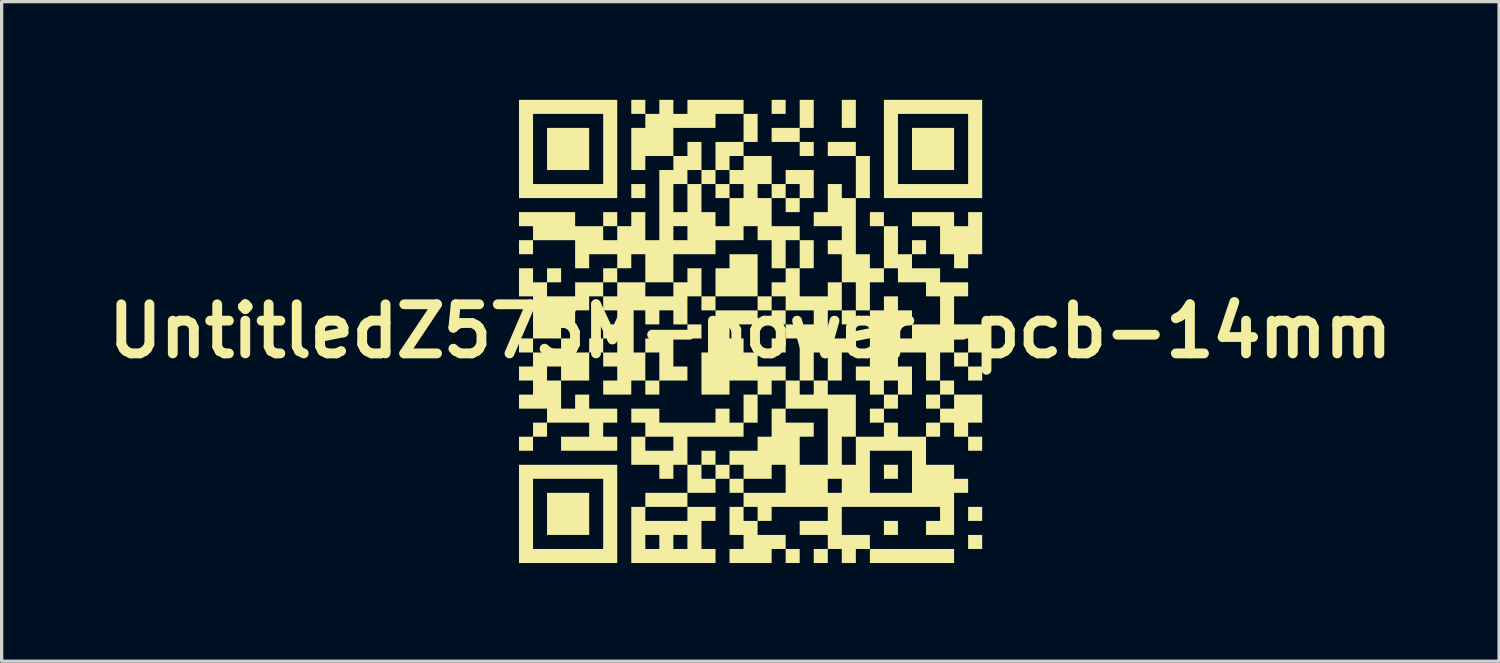
<source format=kicad_pcb>
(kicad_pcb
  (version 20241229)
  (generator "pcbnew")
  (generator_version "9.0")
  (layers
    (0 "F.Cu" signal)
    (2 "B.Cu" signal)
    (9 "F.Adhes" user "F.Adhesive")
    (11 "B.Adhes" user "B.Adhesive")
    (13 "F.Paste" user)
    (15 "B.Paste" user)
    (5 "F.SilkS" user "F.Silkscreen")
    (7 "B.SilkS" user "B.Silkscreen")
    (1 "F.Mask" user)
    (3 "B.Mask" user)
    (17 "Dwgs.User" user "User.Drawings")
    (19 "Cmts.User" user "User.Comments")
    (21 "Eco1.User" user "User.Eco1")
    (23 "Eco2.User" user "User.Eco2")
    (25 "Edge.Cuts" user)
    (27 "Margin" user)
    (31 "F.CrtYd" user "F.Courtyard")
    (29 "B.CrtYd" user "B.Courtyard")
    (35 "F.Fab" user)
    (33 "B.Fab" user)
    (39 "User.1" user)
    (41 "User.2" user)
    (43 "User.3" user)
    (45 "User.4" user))
  (footprint "UntitledZ573M-power-pcb-14mm"
    (layer "F.Cu")
    (at 19.871 7.067)
    (property "Reference" "UntitledZ573M-power-pcb-14mm" (at 0 0 0) (layer "F.SilkS") (effects (font (size 1.5 1.5) (thickness 0.3))))
    (attr board_only exclude_from_pos_files exclude_from_bom)
    (fp_poly (pts (xy -4.923 -5.566) (xy -4.923 -4.923) (xy -5.566 -4.923) (xy -6.21 -4.923) (xy -6.21 -5.566) (xy -6.21 -6.21) (xy -5.566 -6.21) (xy -4.923 -6.21)) (stroke (width 0) (type solid)) (fill yes) (layer "F.SilkS"))
    (fp_poly (pts (xy -4.923 5.581) (xy -4.923 6.224) (xy -5.566 6.224) (xy -6.21 6.224) (xy -6.21 5.581) (xy -6.21 4.938) (xy -5.566 4.938) (xy -4.923 4.938)) (stroke (width 0) (type solid)) (fill yes) (layer "F.SilkS"))
    (fp_poly (pts (xy -3.208 -4.28) (xy -3.208 -4.066) (xy -3.423 -4.066) (xy -3.637 -4.066) (xy -3.637 -4.28) (xy -3.637 -4.495) (xy -3.423 -4.495) (xy -3.208 -4.495)) (stroke (width 0) (type solid)) (fill yes) (layer "F.SilkS"))
    (fp_poly (pts (xy -1.493 0.007) (xy -1.493 0.222) (xy -1.708 0.222) (xy -1.922 0.222) (xy -1.922 0.007) (xy -1.922 -0.207) (xy -1.708 -0.207) (xy -1.493 -0.207)) (stroke (width 0) (type solid)) (fill yes) (layer "F.SilkS"))
    (fp_poly (pts (xy -1.064 -4.709) (xy -1.064 -4.495) (xy -1.279 -4.495) (xy -1.493 -4.495) (xy -1.493 -4.709) (xy -1.493 -4.923) (xy -1.279 -4.923) (xy -1.064 -4.923)) (stroke (width 0) (type solid)) (fill yes) (layer "F.SilkS"))
    (fp_poly (pts (xy -1.064 -0.85) (xy -1.064 -0.636) (xy -1.279 -0.636) (xy -1.493 -0.636) (xy -1.493 -0.85) (xy -1.493 -1.064) (xy -1.279 -1.064) (xy -1.064 -1.064)) (stroke (width 0) (type solid)) (fill yes) (layer "F.SilkS"))
    (fp_poly (pts (xy -1.064 3.866) (xy -1.064 4.081) (xy -1.279 4.081) (xy -1.493 4.081) (xy -1.493 3.866) (xy -1.493 3.652) (xy -1.279 3.652) (xy -1.064 3.652)) (stroke (width 0) (type solid)) (fill yes) (layer "F.SilkS"))
    (fp_poly (pts (xy -0.636 -4.28) (xy -0.636 -4.066) (xy -0.85 -4.066) (xy -1.064 -4.066) (xy -1.064 -4.28) (xy -1.064 -4.495) (xy -0.85 -4.495) (xy -0.636 -4.495)) (stroke (width 0) (type solid)) (fill yes) (layer "F.SilkS"))
    (fp_poly (pts (xy 0.651 -0.85) (xy 0.651 -0.636) (xy 0.436 -0.636) (xy 0.222 -0.636) (xy 0.222 -0.85) (xy 0.222 -1.064) (xy 0.436 -1.064) (xy 0.651 -1.064)) (stroke (width 0) (type solid)) (fill yes) (layer "F.SilkS"))
    (fp_poly (pts (xy 1.079 -6.853) (xy 1.079 -6.638) (xy 0.865 -6.638) (xy 0.651 -6.638) (xy 0.651 -6.853) (xy 0.651 -7.067) (xy 0.865 -7.067) (xy 1.079 -7.067)) (stroke (width 0) (type solid)) (fill yes) (layer "F.SilkS"))
    (fp_poly (pts (xy 1.079 -0.421) (xy 1.079 -0.207) (xy 0.865 -0.207) (xy 0.651 -0.207) (xy 0.651 -0.421) (xy 0.651 -0.636) (xy 0.865 -0.636) (xy 1.079 -0.636)) (stroke (width 0) (type solid)) (fill yes) (layer "F.SilkS"))
    (fp_poly (pts (xy 1.079 0.436) (xy 1.079 0.651) (xy 0.865 0.651) (xy 0.651 0.651) (xy 0.651 0.436) (xy 0.651 0.222) (xy 0.865 0.222) (xy 1.079 0.222)) (stroke (width 0) (type solid)) (fill yes) (layer "F.SilkS"))
    (fp_poly (pts (xy 1.508 6.867) (xy 1.508 7.082) (xy 1.294 7.082) (xy 1.079 7.082) (xy 1.079 6.867) (xy 1.079 6.653) (xy 1.294 6.653) (xy 1.508 6.653)) (stroke (width 0) (type solid)) (fill yes) (layer "F.SilkS"))
    (fp_poly (pts (xy 1.937 -5.566) (xy 1.937 -5.352) (xy 1.722 -5.352) (xy 1.508 -5.352) (xy 1.508 -5.566) (xy 1.508 -5.781) (xy 1.722 -5.781) (xy 1.937 -5.781)) (stroke (width 0) (type solid)) (fill yes) (layer "F.SilkS"))
    (fp_poly (pts (xy 3.223 -6.638) (xy 3.223 -6.21) (xy 3.009 -6.21) (xy 2.794 -6.21) (xy 2.794 -6.638) (xy 2.794 -7.067) (xy 3.009 -7.067) (xy 3.223 -7.067)) (stroke (width 0) (type solid)) (fill yes) (layer "F.SilkS"))
    (fp_poly (pts (xy 3.223 -5.566) (xy 3.223 -5.352) (xy 2.794 -5.352) (xy 2.366 -5.352) (xy 2.366 -5.566) (xy 2.366 -5.781) (xy 2.794 -5.781) (xy 3.223 -5.781)) (stroke (width 0) (type solid)) (fill yes) (layer "F.SilkS"))
    (fp_poly (pts (xy 3.223 -0.421) (xy 3.223 -0.207) (xy 3.009 -0.207) (xy 2.794 -0.207) (xy 2.794 -0.421) (xy 2.794 -0.636) (xy 3.009 -0.636) (xy 3.223 -0.636)) (stroke (width 0) (type solid)) (fill yes) (layer "F.SilkS"))
    (fp_poly (pts (xy 4.081 -3.423) (xy 4.081 -3.208) (xy 3.866 -3.208) (xy 3.652 -3.208) (xy 3.652 -3.423) (xy 3.652 -3.637) (xy 3.866 -3.637) (xy 4.081 -3.637)) (stroke (width 0) (type solid)) (fill yes) (layer "F.SilkS"))
    (fp_poly (pts (xy 4.509 4.295) (xy 4.509 4.509) (xy 4.295 4.509) (xy 4.081 4.509) (xy 4.081 4.295) (xy 4.081 4.081) (xy 4.295 4.081) (xy 4.509 4.081)) (stroke (width 0) (type solid)) (fill yes) (layer "F.SilkS"))
    (fp_poly (pts (xy 4.509 6.01) (xy 4.509 6.224) (xy 4.295 6.224) (xy 4.081 6.224) (xy 4.081 6.01) (xy 4.081 5.796) (xy 4.295 5.796) (xy 4.509 5.796)) (stroke (width 0) (type solid)) (fill yes) (layer "F.SilkS"))
    (fp_poly (pts (xy 5.796 2.151) (xy 5.796 2.366) (xy 5.581 2.366) (xy 5.367 2.366) (xy 5.367 2.151) (xy 5.367 1.937) (xy 5.581 1.937) (xy 5.796 1.937)) (stroke (width 0) (type solid)) (fill yes) (layer "F.SilkS"))
    (fp_poly (pts (xy 6.224 -5.566) (xy 6.224 -4.923) (xy 5.581 -4.923) (xy 4.938 -4.923) (xy 4.938 -5.566) (xy 4.938 -6.21) (xy 5.581 -6.21) (xy 6.224 -6.21)) (stroke (width 0) (type solid)) (fill yes) (layer "F.SilkS"))
    (fp_poly (pts (xy 6.224 1.722) (xy 6.224 1.937) (xy 6.01 1.937) (xy 5.796 1.937) (xy 5.796 1.722) (xy 5.796 1.508) (xy 6.01 1.508) (xy 6.224 1.508)) (stroke (width 0) (type solid)) (fill yes) (layer "F.SilkS"))
    (fp_poly (pts (xy 6.224 6.867) (xy 6.224 7.082) (xy 4.938 7.082) (xy 3.652 7.082) (xy 3.652 6.867) (xy 3.652 6.653) (xy 4.938 6.653) (xy 6.224 6.653)) (stroke (width 0) (type solid)) (fill yes) (layer "F.SilkS"))
    (fp_poly (pts (xy 7.082 1.294) (xy 7.082 1.508) (xy 6.867 1.508) (xy 6.653 1.508) (xy 6.653 1.294) (xy 6.653 1.079) (xy 6.867 1.079) (xy 7.082 1.079)) (stroke (width 0) (type solid)) (fill yes) (layer "F.SilkS"))
    (fp_poly (pts (xy 7.082 3.437) (xy 7.082 3.652) (xy 6.867 3.652) (xy 6.653 3.652) (xy 6.653 3.437) (xy 6.653 3.223) (xy 6.867 3.223) (xy 7.082 3.223)) (stroke (width 0) (type solid)) (fill yes) (layer "F.SilkS"))
    (fp_poly (pts (xy 7.082 5.581) (xy 7.082 5.796) (xy 6.867 5.796) (xy 6.653 5.796) (xy 6.653 5.581) (xy 6.653 5.367) (xy 6.867 5.367) (xy 7.082 5.367)) (stroke (width 0) (type solid)) (fill yes) (layer "F.SilkS"))
    (fp_poly (pts (xy 7.082 6.439) (xy 7.082 6.653) (xy 6.867 6.653) (xy 6.653 6.653) (xy 6.653 6.439) (xy 6.653 6.224) (xy 6.867 6.224) (xy 7.082 6.224)) (stroke (width 0) (type solid)) (fill yes) (layer "F.SilkS"))
    (fp_poly (pts (xy 0.222 -1.708) (xy 0.222 -1.064) (xy -0.421 -1.064) (xy -1.064 -1.064) (xy -1.064 -1.493) (xy -1.064 -1.922) (xy -0.85 -1.922) (xy -0.636 -1.922) (xy -0.636 -2.136) (xy -0.636 -2.351) (xy -0.207 -2.351) (xy 0.222 -2.351)) (stroke (width 0) (type solid)) (fill yes) (layer "F.SilkS"))
    (fp_poly (pts (xy 1.937 -6.638) (xy 1.937 -6.21) (xy 1.722 -6.21) (xy 1.508 -6.21) (xy 1.508 -5.995) (xy 1.508 -5.781) (xy 1.079 -5.781) (xy 0.651 -5.781) (xy 0.651 -5.995) (xy 0.651 -6.21) (xy 1.079 -6.21) (xy 1.508 -6.21) (xy 1.508 -6.638) (xy 1.508 -7.067) (xy 1.722 -7.067) (xy 1.937 -7.067)) (stroke (width 0) (type solid)) (fill yes) (layer "F.SilkS"))
    (fp_poly (pts (xy 4.509 2.151) (xy 4.509 2.366) (xy 4.295 2.366) (xy 4.081 2.366) (xy 4.081 2.58) (xy 4.081 2.794) (xy 3.866 2.794) (xy 3.652 2.794) (xy 3.652 2.58) (xy 3.652 2.366) (xy 3.866 2.366) (xy 4.081 2.366) (xy 4.081 2.151) (xy 4.081 1.937) (xy 4.295 1.937) (xy 4.509 1.937)) (stroke (width 0) (type solid)) (fill yes) (layer "F.SilkS"))
    (fp_poly (pts (xy -4.066 -5.566) (xy -4.066 -4.066) (xy -5.566 -4.066) (xy -7.067 -4.066) (xy -7.067 -5.566) (xy -7.067 -6.638) (xy -6.638 -6.638) (xy -6.638 -5.566) (xy -6.638 -4.495) (xy -5.566 -4.495) (xy -4.495 -4.495) (xy -4.495 -5.566) (xy -4.495 -6.638) (xy -5.566 -6.638) (xy -6.638 -6.638) (xy -7.067 -6.638) (xy -7.067 -7.067) (xy -5.566 -7.067) (xy -4.066 -7.067)) (stroke (width 0) (type solid)) (fill yes) (layer "F.SilkS"))
    (fp_poly (pts (xy -4.066 5.581) (xy -4.066 7.082) (xy -5.566 7.082) (xy -7.067 7.082) (xy -7.067 5.581) (xy -7.067 4.509) (xy -6.638 4.509) (xy -6.638 5.581) (xy -6.638 6.653) (xy -5.566 6.653) (xy -4.495 6.653) (xy -4.495 5.581) (xy -4.495 4.509) (xy -5.566 4.509) (xy -6.638 4.509) (xy -7.067 4.509) (xy -7.067 4.081) (xy -5.566 4.081) (xy -4.066 4.081)) (stroke (width 0) (type solid)) (fill yes) (layer "F.SilkS"))
    (fp_poly (pts (xy 7.082 -5.566) (xy 7.082 -4.066) (xy 5.581 -4.066) (xy 4.081 -4.066) (xy 4.081 -5.566) (xy 4.081 -6.638) (xy 4.509 -6.638) (xy 4.509 -5.566) (xy 4.509 -4.495) (xy 5.581 -4.495) (xy 6.653 -4.495) (xy 6.653 -5.566) (xy 6.653 -6.638) (xy 5.581 -6.638) (xy 4.509 -6.638) (xy 4.081 -6.638) (xy 4.081 -7.067) (xy 5.581 -7.067) (xy 7.082 -7.067)) (stroke (width 0) (type solid)) (fill yes) (layer "F.SilkS"))
    (fp_poly (pts (xy 0.007 -6.638) (xy 0.222 -6.638) (xy 0.222 -6.21) (xy 0.222 -5.781) (xy 0.007 -5.781) (xy -0.207 -5.781) (xy -0.207 -5.566) (xy -0.207 -5.352) (xy -0.421 -5.352) (xy -0.636 -5.352) (xy -0.636 -5.138) (xy -0.636 -4.923) (xy -0.85 -4.923) (xy -1.064 -4.923) (xy -1.064 -5.352) (xy -1.064 -5.781) (xy -0.636 -5.781) (xy -0.207 -5.781) (xy -0.207 -6.21) (xy -0.207 -6.638)) (stroke (width 0) (type solid)) (fill yes) (layer "F.SilkS"))
    (fp_poly (pts (xy 6.224 -3.423) (xy 6.224 -3.208) (xy 6.439 -3.208) (xy 6.653 -3.208) (xy 6.653 -3.423) (xy 6.653 -3.637) (xy 6.867 -3.637) (xy 7.082 -3.637) (xy 7.082 -2.994) (xy 7.082 -2.351) (xy 6.867 -2.351) (xy 6.653 -2.351) (xy 6.653 -2.136) (xy 6.653 -1.922) (xy 6.439 -1.922) (xy 6.224 -1.922) (xy 6.224 -2.136) (xy 6.224 -2.351) (xy 6.01 -2.351) (xy 5.796 -2.351) (xy 5.796 -2.78) (xy 5.796 -3.208) (xy 5.367 -3.208) (xy 4.938 -3.208) (xy 4.938 -3.423) (xy 4.938 -3.637) (xy 5.581 -3.637) (xy 6.224 -3.637)) (stroke (width 0) (type solid)) (fill yes) (layer "F.SilkS"))
    (fp_poly (pts (xy 0.222 -0.421) (xy 0.222 -0.207) (xy -0.207 -0.207) (xy -0.636 -0.207) (xy -0.636 0.007) (xy -0.636 0.222) (xy -0.421 0.222) (xy -0.207 0.222) (xy -0.207 0.436) (xy -0.207 0.651) (xy 0.007 0.651) (xy 0.222 0.651) (xy 0.222 0.865) (xy 0.222 1.079) (xy 0.651 1.079) (xy 1.079 1.079) (xy 1.079 1.294) (xy 1.079 1.508) (xy 0.865 1.508) (xy 0.651 1.508) (xy 0.651 1.722) (xy 0.651 1.937) (xy 0.436 1.937) (xy 0.222 1.937) (xy 0.222 2.366) (xy 0.222 2.794) (xy 0.007 2.794) (xy -0.207 2.794) (xy -0.207 3.009) (xy -0.207 3.223) (xy -1.064 3.223) (xy -1.922 3.223) (xy -1.922 3.652) (xy -1.922 4.081) (xy -2.136 4.081) (xy -2.351 4.081) (xy -2.351 4.295) (xy -2.351 4.509) (xy -2.565 4.509) (xy -2.78 4.509) (xy -2.78 4.295) (xy -2.78 4.081) (xy -3.208 4.081) (xy -3.637 4.081) (xy -3.637 3.652) (xy -3.637 3.223) (xy -3.423 3.223) (xy -3.208 3.223) (xy -3.208 3.437) (xy -3.208 3.652) (xy -2.78 3.652) (xy -2.351 3.652) (xy -2.351 3.437) (xy -2.351 3.223) (xy -2.78 3.223) (xy -3.208 3.223) (xy -3.208 3.009) (xy -3.208 2.794) (xy -3.423 2.794) (xy -3.637 2.794) (xy -3.637 2.58) (xy -3.637 2.366) (xy -3.208 2.366) (xy -2.78 2.366) (xy -2.78 2.58) (xy -2.78 2.794) (xy -1.922 2.794) (xy -1.064 2.794) (xy -1.064 2.58) (xy -1.064 2.366) (xy -0.85 2.366) (xy -0.636 2.366) (xy -0.636 2.58) (xy -0.636 2.794) (xy -0.421 2.794) (xy -0.207 2.794) (xy -0.207 2.366) (xy -0.207 1.937) (xy 0.007 1.937) (xy 0.222 1.937) (xy 0.222 1.722) (xy 0.222 1.508) (xy -0.207 1.508) (xy -0.636 1.508) (xy -0.636 1.722) (xy -0.636 1.937) (xy -1.064 1.937) (xy -1.493 1.937) (xy -1.493 1.294) (xy -1.493 0.651) (xy -1.279 0.651) (xy -1.064 0.651) (xy -1.064 0.007) (xy -1.064 -0.636) (xy -0.421 -0.636) (xy 0.222 -0.636)) (stroke (width 0) (type solid)) (fill yes) (layer "F.SilkS"))
    (fp_poly (pts (xy 3.652 -4.709) (xy 3.652 -4.066) (xy 3.437 -4.066) (xy 3.223 -4.066) (xy 3.223 -3.208) (xy 3.223 -2.351) (xy 3.437 -2.351) (xy 3.652 -2.351) (xy 3.652 -2.136) (xy 3.652 -1.922) (xy 3.866 -1.922) (xy 4.081 -1.922) (xy 4.081 -2.565) (xy 4.081 -3.208) (xy 4.295 -3.208) (xy 4.509 -3.208) (xy 4.509 -2.78) (xy 4.509 -2.351) (xy 4.724 -2.351) (xy 4.938 -2.351) (xy 4.938 -2.565) (xy 4.938 -2.78) (xy 5.152 -2.78) (xy 5.367 -2.78) (xy 5.367 -2.565) (xy 5.367 -2.351) (xy 5.152 -2.351) (xy 4.938 -2.351) (xy 4.938 -2.136) (xy 4.938 -1.922) (xy 5.367 -1.922) (xy 5.796 -1.922) (xy 5.796 -1.708) (xy 5.796 -1.493) (xy 6.224 -1.493) (xy 6.653 -1.493) (xy 6.653 -1.279) (xy 6.653 -1.064) (xy 6.439 -1.064) (xy 6.224 -1.064) (xy 6.224 -0.636) (xy 6.224 -0.207) (xy 6.653 -0.207) (xy 7.082 -0.207) (xy 7.082 0.222) (xy 7.082 0.651) (xy 6.867 0.651) (xy 6.653 0.651) (xy 6.653 0.865) (xy 6.653 1.079) (xy 6.439 1.079) (xy 6.224 1.079) (xy 6.224 0.865) (xy 6.224 0.651) (xy 6.01 0.651) (xy 5.796 0.651) (xy 5.796 1.079) (xy 5.796 1.508) (xy 5.581 1.508) (xy 5.367 1.508) (xy 5.367 1.079) (xy 5.367 0.651) (xy 4.938 0.651) (xy 4.509 0.651) (xy 4.509 0.865) (xy 4.509 1.079) (xy 4.724 1.079) (xy 4.938 1.079) (xy 4.938 1.508) (xy 4.938 1.937) (xy 4.724 1.937) (xy 4.509 1.937) (xy 4.509 1.722) (xy 4.509 1.508) (xy 4.295 1.508) (xy 4.081 1.508) (xy 4.081 1.722) (xy 4.081 1.937) (xy 3.866 1.937) (xy 3.652 1.937) (xy 3.652 1.722) (xy 3.652 1.508) (xy 3.437 1.508) (xy 3.223 1.508) (xy 3.223 1.294) (xy 3.223 1.079) (xy 3.437 1.079) (xy 3.652 1.079) (xy 3.652 0.222) (xy 3.652 -0.636) (xy 3.866 -0.636) (xy 4.081 -0.636) (xy 4.081 -0.85) (xy 4.081 -1.064) (xy 4.295 -1.064) (xy 4.509 -1.064) (xy 4.509 -0.85) (xy 4.509 -0.636) (xy 4.724 -0.636) (xy 4.938 -0.636) (xy 4.938 -0.421) (xy 4.938 -0.207) (xy 4.724 -0.207) (xy 4.509 -0.207) (xy 4.509 0.007) (xy 4.509 0.222) (xy 4.724 0.222) (xy 4.938 0.222) (xy 6.224 0.222) (xy 6.224 0.436) (xy 6.224 0.651) (xy 6.439 0.651) (xy 6.653 0.651) (xy 6.653 0.436) (xy 6.653 0.222) (xy 6.439 0.222) (xy 6.224 0.222) (xy 4.938 0.222) (xy 4.938 0.007) (xy 4.938 -0.207) (xy 5.367 -0.207) (xy 5.796 -0.207) (xy 5.796 -0.636) (xy 5.796 -1.064) (xy 5.581 -1.064) (xy 5.367 -1.064) (xy 5.367 -1.279) (xy 5.367 -1.493) (xy 4.938 -1.493) (xy 4.509 -1.493) (xy 4.509 -1.708) (xy 4.509 -1.922) (xy 4.295 -1.922) (xy 4.081 -1.922) (xy 4.081 -1.708) (xy 4.081 -1.493) (xy 3.866 -1.493) (xy 3.652 -1.493) (xy 3.652 -1.064) (xy 3.652 -0.636) (xy 3.437 -0.636) (xy 3.223 -0.636) (xy 3.223 -1.064) (xy 3.223 -1.493) (xy 3.009 -1.493) (xy 2.794 -1.493) (xy 2.794 -1.064) (xy 2.794 -0.636) (xy 2.58 -0.636) (xy 2.366 -0.636) (xy 2.366 -0.207) (xy 2.366 0.222) (xy 2.794 0.222) (xy 3.223 0.222) (xy 3.223 0.436) (xy 3.223 0.651) (xy 3.009 0.651) (xy 2.794 0.651) (xy 2.794 1.079) (xy 2.794 1.508) (xy 2.58 1.508) (xy 2.366 1.508) (xy 2.366 1.079) (xy 2.366 0.651) (xy 2.151 0.651) (xy 1.937 0.651) (xy 1.937 1.079) (xy 1.937 1.508) (xy 1.722 1.508) (xy 1.508 1.508) (xy 1.508 0.865) (xy 1.508 0.222) (xy 1.294 0.222) (xy 1.079 0.222) (xy 1.079 0.007) (xy 1.079 -0.207) (xy 1.508 -0.207) (xy 1.937 -0.207) (xy 1.937 -0.421) (xy 1.937 -0.636) (xy 1.508 -0.636) (xy 1.079 -0.636) (xy 1.079 -0.85) (xy 1.079 -1.064) (xy 0.865 -1.064) (xy 0.651 -1.064) (xy 0.651 -1.279) (xy 0.651 -1.493) (xy 0.865 -1.493) (xy 1.079 -1.493) (xy 1.079 -1.708) (xy 1.079 -1.922) (xy 1.294 -1.922) (xy 1.508 -1.922) (xy 1.508 -2.351) (xy 1.508 -2.78) (xy 1.722 -2.78) (xy 1.937 -2.78) (xy 1.937 -2.351) (xy 1.937 -1.922) (xy 1.722 -1.922) (xy 1.508 -1.922) (xy 1.508 -1.493) (xy 1.508 -1.064) (xy 1.937 -1.064) (xy 2.366 -1.064) (xy 2.366 -1.279) (xy 2.366 -1.493) (xy 2.58 -1.493) (xy 2.794 -1.493) (xy 2.794 -1.922) (xy 2.794 -2.351) (xy 2.58 -2.351) (xy 2.366 -2.351) (xy 2.366 -2.565) (xy 2.366 -2.78) (xy 2.58 -2.78) (xy 2.794 -2.78) (xy 2.794 -2.994) (xy 2.794 -3.208) (xy 2.366 -3.208) (xy 1.937 -3.208) (xy 1.937 -3.423) (xy 1.937 -3.637) (xy 2.151 -3.637) (xy 2.366 -3.637) (xy 2.366 -4.066) (xy 2.366 -4.495) (xy 2.58 -4.495) (xy 2.794 -4.495) (xy 2.794 -4.28) (xy 2.794 -4.066) (xy 3.009 -4.066) (xy 3.223 -4.066) (xy 3.223 -4.709) (xy 3.223 -5.352) (xy 3.437 -5.352) (xy 3.652 -5.352)) (stroke (width 0) (type solid)) (fill yes) (layer "F.SilkS"))
    (fp_poly (pts (xy 1.508 1.722) (xy 1.508 1.937) (xy 1.722 1.937) (xy 1.937 1.937) (xy 1.937 1.722) (xy 1.937 1.508) (xy 2.151 1.508) (xy 2.366 1.508) (xy 2.366 1.722) (xy 2.366 1.937) (xy 2.794 1.937) (xy 3.223 1.937) (xy 3.223 2.58) (xy 3.223 3.223) (xy 3.009 3.223) (xy 2.794 3.223) (xy 2.794 3.652) (xy 2.794 4.081) (xy 3.009 4.081) (xy 3.223 4.081) (xy 3.223 3.652) (xy 3.652 3.652) (xy 3.652 4.295) (xy 3.652 4.938) (xy 4.295 4.938) (xy 4.938 4.938) (xy 4.938 4.295) (xy 4.938 3.652) (xy 4.295 3.652) (xy 3.652 3.652) (xy 3.223 3.652) (xy 3.223 3.223) (xy 3.652 3.223) (xy 4.081 3.223) (xy 4.081 3.009) (xy 4.081 2.794) (xy 4.295 2.794) (xy 4.509 2.794) (xy 4.509 3.009) (xy 4.509 3.223) (xy 4.938 3.223) (xy 5.367 3.223) (xy 5.367 3.009) (xy 5.367 2.794) (xy 5.581 2.794) (xy 5.796 2.794) (xy 5.796 2.58) (xy 5.796 2.366) (xy 6.01 2.366) (xy 6.224 2.366) (xy 6.224 2.151) (xy 6.224 1.937) (xy 6.653 1.937) (xy 7.082 1.937) (xy 7.082 2.366) (xy 7.082 2.794) (xy 6.867 2.794) (xy 6.653 2.794) (xy 6.653 3.009) (xy 6.653 3.223) (xy 6.439 3.223) (xy 6.224 3.223) (xy 6.224 3.009) (xy 6.224 2.794) (xy 6.01 2.794) (xy 5.796 2.794) (xy 5.796 3.009) (xy 5.796 3.223) (xy 5.581 3.223) (xy 5.367 3.223) (xy 5.367 3.652) (xy 5.367 4.081) (xy 5.796 4.081) (xy 6.224 4.081) (xy 6.224 4.295) (xy 6.224 4.509) (xy 6.439 4.509) (xy 6.653 4.509) (xy 6.653 4.724) (xy 6.653 4.938) (xy 6.439 4.938) (xy 6.224 4.938) (xy 6.224 5.581) (xy 6.224 6.224) (xy 5.796 6.224) (xy 5.367 6.224) (xy 5.367 6.01) (xy 5.367 5.796) (xy 5.581 5.796) (xy 5.796 5.796) (xy 5.796 5.581) (xy 5.796 5.367) (xy 4.295 5.367) (xy 2.794 5.367) (xy 2.794 5.796) (xy 2.794 6.224) (xy 3.223 6.224) (xy 3.652 6.224) (xy 3.652 6.439) (xy 3.652 6.653) (xy 3.437 6.653) (xy 3.223 6.653) (xy 3.223 6.867) (xy 3.223 7.082) (xy 3.009 7.082) (xy 2.794 7.082) (xy 2.794 6.867) (xy 2.794 6.653) (xy 2.58 6.653) (xy 2.366 6.653) (xy 2.366 6.867) (xy 2.366 7.082) (xy 2.151 7.082) (xy 1.937 7.082) (xy 1.937 6.867) (xy 1.937 6.653) (xy 2.151 6.653) (xy 2.366 6.653) (xy 2.366 6.439) (xy 2.366 6.224) (xy 1.937 6.224) (xy 1.508 6.224) (xy 1.508 6.01) (xy 1.508 5.796) (xy 1.937 5.796) (xy 2.366 5.796) (xy 2.366 5.581) (xy 2.366 5.367) (xy 1.508 5.367) (xy 0.651 5.367) (xy 0.651 5.581) (xy 0.651 5.796) (xy 0.436 5.796) (xy 0.222 5.796) (xy 0.222 6.01) (xy 0.222 6.224) (xy 0.651 6.224) (xy 1.079 6.224) (xy 1.079 6.439) (xy 1.079 6.653) (xy 0.865 6.653) (xy 0.651 6.653) (xy 0.651 6.867) (xy 0.651 7.082) (xy 0.007 7.082) (xy -0.636 7.082) (xy -0.636 6.867) (xy -0.636 6.653) (xy -0.421 6.653) (xy -0.207 6.653) (xy -0.207 6.439) (xy -0.207 6.224) (xy -0.421 6.224) (xy -0.636 6.224) (xy -0.636 5.796) (xy -0.636 5.367) (xy -0.421 5.367) (xy -0.207 5.367) (xy -0.207 5.581) (xy -0.207 5.796) (xy 0.007 5.796) (xy 0.222 5.796) (xy 0.222 5.581) (xy 0.222 5.367) (xy 0.007 5.367) (xy -0.207 5.367) (xy -0.207 5.152) (xy -0.207 4.938) (xy -0.421 4.938) (xy -0.636 4.938) (xy -0.636 4.724) (xy -0.636 4.509) (xy -0.421 4.509) (xy -0.207 4.509) (xy -0.207 4.724) (xy -0.207 4.938) (xy 0.436 4.938) (xy 1.079 4.938) (xy 1.079 4.509) (xy 2.366 4.509) (xy 2.366 4.724) (xy 2.366 4.938) (xy 2.58 4.938) (xy 2.794 4.938) (xy 2.794 4.724) (xy 2.794 4.509) (xy 2.58 4.509) (xy 2.366 4.509) (xy 1.079 4.509) (xy 1.079 4.081) (xy 0.865 4.081) (xy 0.651 4.081) (xy 0.651 4.295) (xy 0.651 4.509) (xy 0.222 4.509) (xy -0.207 4.509) (xy -0.207 4.295) (xy -0.207 4.081) (xy -0.421 4.081) (xy -0.636 4.081) (xy -0.636 4.295) (xy -0.636 4.509) (xy -0.85 4.509) (xy -1.064 4.509) (xy -1.064 4.724) (xy -1.064 4.938) (xy -1.493 4.938) (xy -1.922 4.938) (xy -1.922 5.152) (xy -1.922 5.367) (xy -2.565 5.367) (xy -3.208 5.367) (xy -3.208 5.581) (xy -3.208 5.796) (xy -2.565 5.796) (xy -1.922 5.796) (xy -1.922 5.581) (xy -1.922 5.367) (xy -1.493 5.367) (xy -1.064 5.367) (xy -1.064 5.581) (xy -1.064 5.796) (xy -1.279 5.796) (xy -1.493 5.796) (xy -1.493 6.224) (xy -1.493 6.653) (xy -1.279 6.653) (xy -1.064 6.653) (xy -1.064 6.867) (xy -1.064 7.082) (xy -2.351 7.082) (xy -3.637 7.082) (xy -3.637 6.224) (xy -3.208 6.224) (xy -3.208 6.439) (xy -3.208 6.653) (xy -2.994 6.653) (xy -2.78 6.653) (xy -2.78 6.439) (xy -2.78 6.224) (xy -2.351 6.224) (xy -2.351 6.439) (xy -2.351 6.653) (xy -2.136 6.653) (xy -1.922 6.653) (xy -1.922 6.439) (xy -1.922 6.224) (xy -2.136 6.224) (xy -2.351 6.224) (xy -2.78 6.224) (xy -2.994 6.224) (xy -3.208 6.224) (xy -3.637 6.224) (xy -3.637 5.367) (xy -3.423 5.367) (xy -3.208 5.367) (xy -3.208 5.152) (xy -3.208 4.938) (xy -2.565 4.938) (xy -1.922 4.938) (xy -1.922 4.509) (xy -1.922 4.081) (xy -1.708 4.081) (xy -1.493 4.081) (xy -1.493 4.295) (xy -1.493 4.509) (xy -1.279 4.509) (xy -1.064 4.509) (xy -1.064 4.295) (xy -1.064 4.081) (xy -0.85 4.081) (xy -0.636 4.081) (xy -0.636 3.866) (xy -0.636 3.652) (xy -0.207 3.652) (xy 0.222 3.652) (xy 0.222 3.437) (xy 0.222 3.223) (xy 0.436 3.223) (xy 0.651 3.223) (xy 0.651 2.794) (xy 0.651 2.366) (xy 0.865 2.366) (xy 1.079 2.366) (xy 1.079 2.58) (xy 1.079 2.794) (xy 1.508 2.794) (xy 1.937 2.794) (xy 1.937 3.009) (xy 1.937 3.223) (xy 1.722 3.223) (xy 1.508 3.223) (xy 1.508 3.652) (xy 1.508 4.081) (xy 1.937 4.081) (xy 2.366 4.081) (xy 2.366 3.223) (xy 2.366 2.366) (xy 1.722 2.366) (xy 1.079 2.366) (xy 1.079 1.937) (xy 1.079 1.508) (xy 1.294 1.508) (xy 1.508 1.508)) (stroke (width 0) (type solid)) (fill yes) (layer "F.SilkS"))
    (fp_poly (pts (xy -3.208 -6.853) (xy -3.208 -6.638) (xy -2.994 -6.638) (xy -2.78 -6.638) (xy -2.78 -6.853) (xy -2.78 -7.067) (xy -2.565 -7.067) (xy -2.351 -7.067) (xy -2.351 -6.853) (xy -2.351 -6.638) (xy -2.136 -6.638) (xy -1.922 -6.638) (xy -1.922 -6.853) (xy -1.922 -7.067) (xy -1.064 -7.067) (xy -0.207 -7.067) (xy -0.207 -6.853) (xy -0.207 -6.638) (xy -0.636 -6.638) (xy -1.064 -6.638) (xy -1.064 -6.424) (xy -1.064 -6.21) (xy -1.708 -6.21) (xy -2.351 -6.21) (xy -2.351 -5.781) (xy -2.351 -5.352) (xy -2.136 -5.352) (xy -1.922 -5.352) (xy -1.922 -5.566) (xy -1.922 -5.781) (xy -1.708 -5.781) (xy -1.493 -5.781) (xy -1.493 -5.352) (xy -1.493 -4.923) (xy -1.708 -4.923) (xy -1.922 -4.923) (xy -1.922 -4.709) (xy -1.922 -4.495) (xy -2.136 -4.495) (xy -2.351 -4.495) (xy -2.351 -4.066) (xy -2.351 -3.637) (xy -2.136 -3.637) (xy -1.922 -3.637) (xy -1.922 -4.066) (xy -1.922 -4.495) (xy -1.708 -4.495) (xy -1.493 -4.495) (xy -1.493 -4.066) (xy -1.493 -3.637) (xy -1.279 -3.637) (xy -1.064 -3.637) (xy -1.064 -3.423) (xy -1.064 -3.208) (xy -0.85 -3.208) (xy -0.636 -3.208) (xy -0.636 -3.637) (xy -0.636 -4.066) (xy -0.421 -4.066) (xy -0.207 -4.066) (xy -0.207 -4.28) (xy -0.207 -4.495) (xy 0.222 -4.495) (xy 0.222 -4.28) (xy 0.222 -4.066) (xy 0.436 -4.066) (xy 0.651 -4.066) (xy 0.651 -4.28) (xy 0.651 -4.495) (xy 0.436 -4.495) (xy 0.222 -4.495) (xy -0.207 -4.495) (xy -0.421 -4.495) (xy -0.636 -4.495) (xy -0.636 -4.709) (xy -0.636 -4.923) (xy -0.421 -4.923) (xy -0.207 -4.923) (xy -0.207 -5.138) (xy -0.207 -5.352) (xy 0.222 -5.352) (xy 0.651 -5.352) (xy 0.651 -4.923) (xy 0.651 -4.495) (xy 0.865 -4.495) (xy 1.079 -4.495) (xy 1.079 -4.28) (xy 1.079 -4.066) (xy 1.294 -4.066) (xy 1.508 -4.066) (xy 1.508 -4.28) (xy 1.508 -4.495) (xy 1.294 -4.495) (xy 1.079 -4.495) (xy 1.079 -4.709) (xy 1.079 -4.923) (xy 1.508 -4.923) (xy 1.937 -4.923) (xy 1.937 -4.495) (xy 1.937 -4.066) (xy 1.722 -4.066) (xy 1.508 -4.066) (xy 1.508 -3.851) (xy 1.508 -3.637) (xy 1.294 -3.637) (xy 1.079 -3.637) (xy 1.079 -3.851) (xy 1.079 -4.066) (xy 0.865 -4.066) (xy 0.651 -4.066) (xy 0.651 -3.637) (xy 0.651 -3.208) (xy 1.079 -3.208) (xy 1.508 -3.208) (xy 1.508 -2.994) (xy 1.508 -2.78) (xy 1.294 -2.78) (xy 1.079 -2.78) (xy 1.079 -2.351) (xy 1.079 -1.922) (xy 0.865 -1.922) (xy 0.651 -1.922) (xy 0.651 -2.351) (xy 0.651 -2.78) (xy 0.436 -2.78) (xy 0.222 -2.78) (xy 0.222 -2.994) (xy 0.222 -3.208) (xy 0.007 -3.208) (xy -0.207 -3.208) (xy -0.207 -2.994) (xy -0.207 -2.78) (xy -0.636 -2.78) (xy -1.064 -2.78) (xy -1.064 -2.565) (xy -1.064 -2.351) (xy -1.708 -2.351) (xy -2.351 -2.351) (xy -2.351 -1.922) (xy -2.351 -1.493) (xy -2.78 -1.493) (xy -3.208 -1.493) (xy -3.208 -1.922) (xy -3.208 -2.351) (xy -3.423 -2.351) (xy -3.637 -2.351) (xy -3.637 -2.136) (xy -3.637 -1.922) (xy -3.851 -1.922) (xy -4.066 -1.922) (xy -4.066 -1.708) (xy -4.066 -1.493) (xy -4.28 -1.493) (xy -4.495 -1.493) (xy -4.495 -1.279) (xy -4.495 -1.064) (xy -4.709 -1.064) (xy -4.923 -1.064) (xy -4.923 -0.85) (xy -4.923 -0.636) (xy -5.138 -0.636) (xy -5.352 -0.636) (xy -5.352 -0.421) (xy -5.352 -0.207) (xy -5.566 -0.207) (xy -5.781 -0.207) (xy -5.781 0.007) (xy -5.781 0.222) (xy -6.21 0.222) (xy -6.638 0.222) (xy -6.638 0.436) (xy -6.638 0.651) (xy -6.21 0.651) (xy -5.781 0.651) (xy -5.781 0.436) (xy -5.781 0.222) (xy -5.566 0.222) (xy -5.352 0.222) (xy -5.352 0.436) (xy -5.352 0.651) (xy -5.138 0.651) (xy -4.923 0.651) (xy -4.923 0.436) (xy -4.923 0.222) (xy -4.709 0.222) (xy -4.495 0.222) (xy -4.495 0.436) (xy -4.495 0.651) (xy -4.28 0.651) (xy -4.066 0.651) (xy -4.066 0.436) (xy -4.066 0.222) (xy -4.28 0.222) (xy -4.495 0.222) (xy -4.495 0.007) (xy -4.495 -0.207) (xy -4.28 -0.207) (xy -4.066 -0.207) (xy -4.066 -0.421) (xy -4.066 -0.636) (xy -4.28 -0.636) (xy -4.495 -0.636) (xy -4.495 -0.85) (xy -4.495 -1.064) (xy -4.28 -1.064) (xy -4.066 -1.064) (xy -4.066 -1.279) (xy -4.066 -1.493) (xy -3.637 -1.493) (xy -3.208 -1.493) (xy -3.208 -1.279) (xy -3.208 -1.064) (xy -2.78 -1.064) (xy -2.351 -1.064) (xy -2.351 -1.279) (xy -2.351 -1.493) (xy -2.136 -1.493) (xy -1.922 -1.493) (xy -1.922 -1.708) (xy -1.922 -1.922) (xy -1.708 -1.922) (xy -1.493 -1.922) (xy -1.493 -1.493) (xy -1.493 -1.064) (xy -1.708 -1.064) (xy -1.922 -1.064) (xy -1.922 -0.636) (xy -1.922 -0.207) (xy -2.136 -0.207) (xy -2.351 -0.207) (xy -2.351 -0.421) (xy -2.351 -0.636) (xy -2.565 -0.636) (xy -2.78 -0.636) (xy -2.78 -0.421) (xy -2.78 -0.207) (xy -2.994 -0.207) (xy -3.208 -0.207) (xy -3.208 -0.421) (xy -3.208 -0.636) (xy -3.423 -0.636) (xy -3.637 -0.636) (xy -3.637 0.007) (xy -3.637 0.651) (xy -3.423 0.651) (xy -3.208 0.651) (xy -3.208 1.079) (xy -3.208 1.508) (xy -2.994 1.508) (xy -2.78 1.508) (xy -2.78 1.079) (xy -2.78 0.651) (xy -2.994 0.651) (xy -3.208 0.651) (xy -3.208 0.436) (xy -3.208 0.222) (xy -2.78 0.222) (xy -2.351 0.222) (xy -2.351 0.651) (xy -2.351 1.079) (xy -2.136 1.079) (xy -1.922 1.079) (xy -1.922 1.294) (xy -1.922 1.508) (xy -2.351 1.508) (xy -2.78 1.508) (xy -2.78 1.722) (xy -2.78 1.937) (xy -2.994 1.937) (xy -3.208 1.937) (xy -3.208 1.722) (xy -3.208 1.508) (xy -3.423 1.508) (xy -3.637 1.508) (xy -3.637 1.722) (xy -3.637 1.937) (xy -4.066 1.937) (xy -4.495 1.937) (xy -4.495 1.722) (xy -4.495 1.508) (xy -4.28 1.508) (xy -4.066 1.508) (xy -4.066 1.294) (xy -4.066 1.079) (xy -4.28 1.079) (xy -4.495 1.079) (xy -4.495 0.865) (xy -4.495 0.651) (xy -4.709 0.651) (xy -4.923 0.651) (xy -4.923 1.079) (xy -4.923 1.508) (xy -5.352 1.508) (xy -5.781 1.508) (xy -5.781 1.937) (xy -5.781 2.366) (xy -5.566 2.366) (xy -5.352 2.366) (xy -5.352 2.151) (xy -5.352 1.937) (xy -5.138 1.937) (xy -4.923 1.937) (xy -4.923 2.151) (xy -4.923 2.366) (xy -4.495 2.366) (xy -4.066 2.366) (xy -4.066 2.58) (xy -4.066 2.794) (xy -4.28 2.794) (xy -4.495 2.794) (xy -4.495 3.009) (xy -4.495 3.223) (xy -4.28 3.223) (xy -4.066 3.223) (xy -4.066 3.437) (xy -4.066 3.652) (xy -4.923 3.652) (xy -5.781 3.652) (xy -5.781 3.437) (xy -5.781 3.223) (xy -5.352 3.223) (xy -4.923 3.223) (xy -4.923 3.009) (xy -4.923 2.794) (xy -5.566 2.794) (xy -6.21 2.794) (xy -6.21 3.009) (xy -6.21 3.223) (xy -6.424 3.223) (xy -6.638 3.223) (xy -6.638 3.437) (xy -6.638 3.652) (xy -6.853 3.652) (xy -7.067 3.652) (xy -7.067 3.437) (xy -7.067 3.223) (xy -6.853 3.223) (xy -6.638 3.223) (xy -6.638 3.009) (xy -6.638 2.794) (xy -6.424 2.794) (xy -6.21 2.794) (xy -6.21 2.58) (xy -6.21 2.366) (xy -6.638 2.366) (xy -7.067 2.366) (xy -7.067 2.151) (xy -7.067 1.937) (xy -6.853 1.937) (xy -6.638 1.937) (xy -6.638 1.722) (xy -6.638 1.508) (xy -6.853 1.508) (xy -7.067 1.508) (xy -7.067 1.294) (xy -7.067 1.079) (xy -6.853 1.079) (xy -6.638 1.079) (xy -6.21 1.079) (xy -6.21 1.294) (xy -6.21 1.508) (xy -5.995 1.508) (xy -5.781 1.508) (xy -5.781 1.294) (xy -5.781 1.079) (xy -5.995 1.079) (xy -6.21 1.079) (xy -6.638 1.079) (xy -6.638 0.865) (xy -6.638 0.651) (xy -6.853 0.651) (xy -7.067 0.651) (xy -7.067 0.436) (xy -7.067 0.222) (xy -6.853 0.222) (xy -6.638 0.222) (xy -6.638 -0.421) (xy -6.638 -1.064) (xy -6.853 -1.064) (xy -7.067 -1.064) (xy -7.067 -1.493) (xy -7.067 -1.922) (xy -6.853 -1.922) (xy -6.638 -1.922) (xy -6.638 -1.708) (xy -6.638 -1.493) (xy -6.424 -1.493) (xy -6.21 -1.493) (xy -6.21 -1.708) (xy -6.21 -1.922) (xy -5.995 -1.922) (xy -5.781 -1.922) (xy -5.781 -1.708) (xy -5.781 -1.493) (xy -5.995 -1.493) (xy -6.21 -1.493) (xy -6.21 -1.279) (xy -6.21 -1.064) (xy -5.781 -1.064) (xy -5.352 -1.064) (xy -5.352 -1.279) (xy -5.352 -1.493) (xy -4.923 -1.493) (xy -4.495 -1.493) (xy -4.495 -1.708) (xy -4.495 -1.922) (xy -4.28 -1.922) (xy -4.066 -1.922) (xy -4.066 -2.136) (xy -4.066 -2.351) (xy -4.495 -2.351) (xy -4.923 -2.351) (xy -4.923 -2.136) (xy -4.923 -1.922) (xy -5.138 -1.922) (xy -5.352 -1.922) (xy -5.352 -2.351) (xy -5.352 -2.78) (xy -5.995 -2.78) (xy -6.638 -2.78) (xy -6.638 -2.565) (xy -6.638 -2.351) (xy -6.853 -2.351) (xy -7.067 -2.351) (xy -7.067 -2.565) (xy -7.067 -2.78) (xy -6.853 -2.78) (xy -6.638 -2.78) (xy -6.638 -2.994) (xy -6.638 -3.208) (xy -6.853 -3.208) (xy -7.067 -3.208) (xy -7.067 -3.423) (xy -7.067 -3.637) (xy -6.21 -3.637) (xy -5.352 -3.637) (xy -5.352 -3.423) (xy -5.352 -3.208) (xy -4.923 -3.208) (xy -4.495 -3.208) (xy -4.495 -2.994) (xy -4.495 -2.78) (xy -4.28 -2.78) (xy -4.066 -2.78) (xy -4.066 -2.994) (xy -4.066 -3.208) (xy -4.28 -3.208) (xy -4.495 -3.208) (xy -4.495 -3.423) (xy -4.495 -3.637) (xy -4.28 -3.637) (xy -4.066 -3.637) (xy -4.066 -3.423) (xy -4.066 -3.208) (xy -3.851 -3.208) (xy -3.637 -3.208) (xy -3.637 -3.423) (xy -3.637 -3.637) (xy -3.423 -3.637) (xy -3.208 -3.637) (xy -3.208 -3.208) (xy -3.208 -2.78) (xy -2.994 -2.78) (xy -2.78 -2.78) (xy -2.78 -3.208) (xy -2.351 -3.208) (xy -2.351 -2.994) (xy -2.351 -2.78) (xy -2.136 -2.78) (xy -1.922 -2.78) (xy -1.922 -2.994) (xy -1.922 -3.208) (xy -2.136 -3.208) (xy -2.351 -3.208) (xy -2.78 -3.208) (xy -2.78 -3.851) (xy -2.78 -4.923) (xy -2.565 -4.923) (xy -2.351 -4.923) (xy -2.351 -5.138) (xy -2.351 -5.352) (xy -2.78 -5.352) (xy -3.208 -5.352) (xy -3.208 -5.138) (xy -3.208 -4.923) (xy -3.423 -4.923) (xy -3.637 -4.923) (xy -3.637 -5.566) (xy -3.637 -6.21) (xy -3.423 -6.21) (xy -3.208 -6.21) (xy -3.208 -6.424) (xy -3.208 -6.638) (xy -3.423 -6.638) (xy -3.637 -6.638) (xy -3.637 -6.853) (xy -3.637 -7.067) (xy -3.423 -7.067) (xy -3.208 -7.067)) (stroke (width 0) (type solid)) (fill yes) (layer "F.SilkS")))
  (gr_rect
    (start -3 -3)
    (end 42.743 17.149)
    (stroke (width 0.1) (type default))
    (fill no)
    (layer "Edge.Cuts")))
</source>
